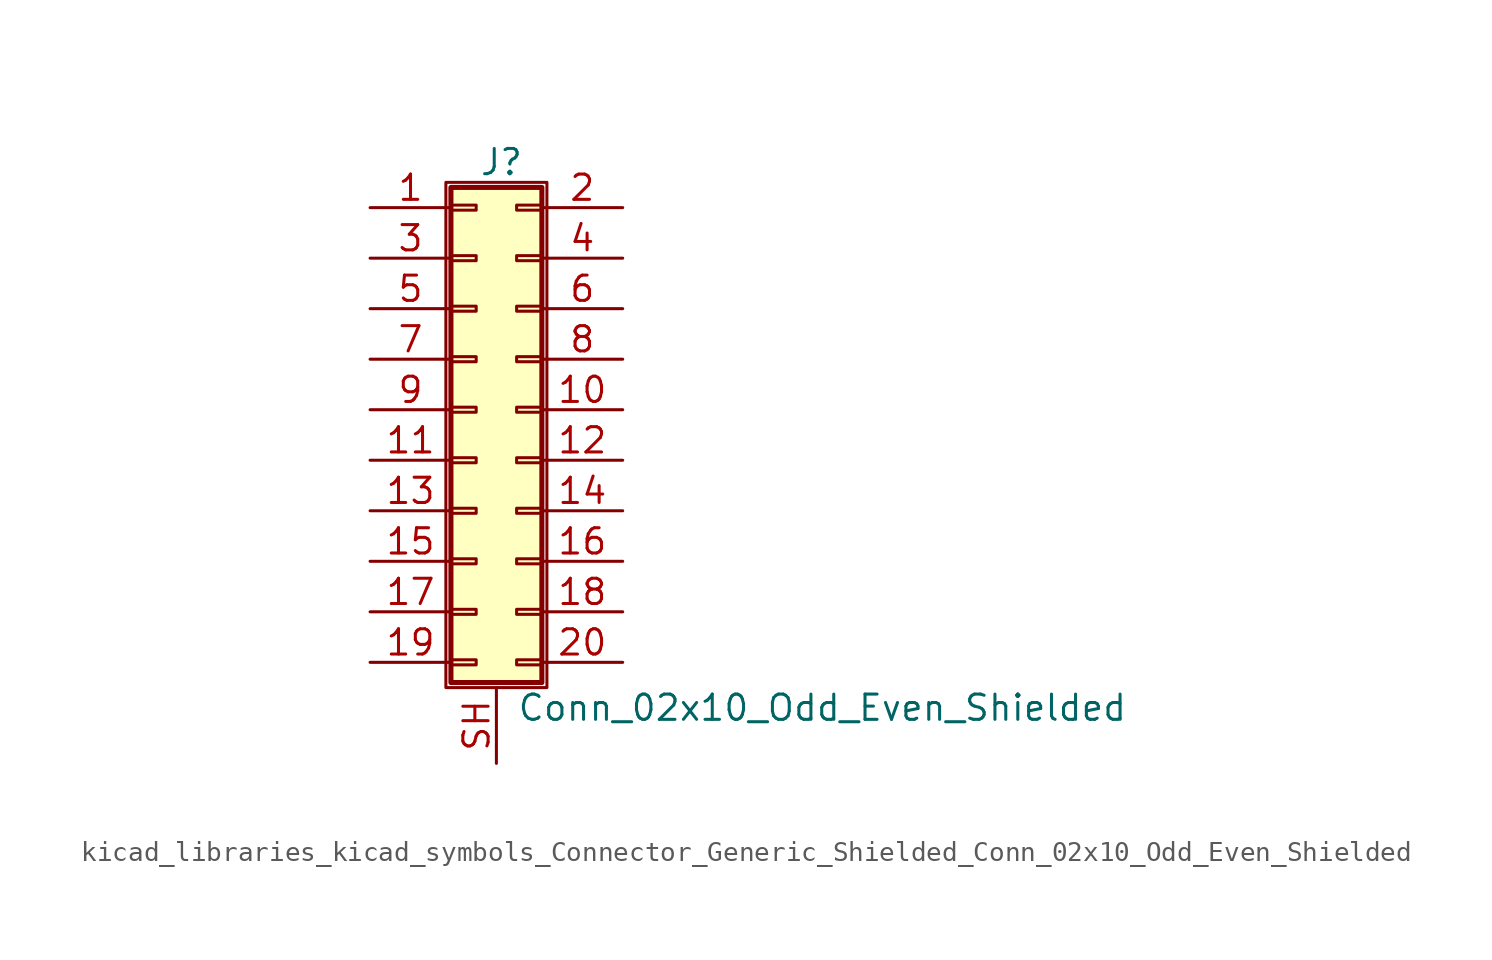
<source format=kicad_sym>
(kicad_symbol_lib
  (version 20220914)
  (generator kicad_symbol_editor)
  (symbol "kicad_libraries_kicad_symbols_Connector_Generic_Shielded_Conn_02x10_Odd_Even_Shielded"
    (pin_names
      (offset 1.016) hide)
    (property "Reference" "J"
      (at 1.524 12.446 0)
      (effects (font (size 1.27 1.27))))
    (property "Value" "Conn_02x10_Odd_Even_Shielded"
      (at 2.286 -14.986 0)
      (effects (font (size 1.27 1.27)) (justify left)))
    (symbol "kicad_libraries_kicad_symbols_Connector_Generic_Shielded_Conn_02x10_Odd_Even_Shielded_1_1"
      (rectangle (start -1.27 11.43) (end 3.81 -13.97) (stroke (width 0.152) (type default)) (fill (type none)))
      (rectangle (start -1.016 -12.573) (end 0.254 -12.827) (stroke (width 0.152) (type default)) (fill (type none)))
      (rectangle (start -1.016 -10.033) (end 0.254 -10.287) (stroke (width 0.152) (type default)) (fill (type none)))
      (rectangle (start -1.016 -7.493) (end 0.254 -7.747) (stroke (width 0.152) (type default)) (fill (type none)))
      (rectangle (start -1.016 -4.953) (end 0.254 -5.207) (stroke (width 0.152) (type default)) (fill (type none)))
      (rectangle (start -1.016 -2.413) (end 0.254 -2.667) (stroke (width 0.152) (type default)) (fill (type none)))
      (rectangle (start -1.016 0.127) (end 0.254 -0.127) (stroke (width 0.152) (type default)) (fill (type none)))
      (rectangle (start -1.016 2.667) (end 0.254 2.413) (stroke (width 0.152) (type default)) (fill (type none)))
      (rectangle (start -1.016 5.207) (end 0.254 4.953) (stroke (width 0.152) (type default)) (fill (type none)))
      (rectangle (start -1.016 7.747) (end 0.254 7.493) (stroke (width 0.152) (type default)) (fill (type none)))
      (rectangle (start -1.016 10.287) (end 0.254 10.033) (stroke (width 0.152) (type default)) (fill (type none)))
      (rectangle (start -1.016 11.176) (end 3.556 -13.716) (stroke (width 0.254) (type default)) (fill (type background)))
      (rectangle (start 3.556 -12.573) (end 2.286 -12.827) (stroke (width 0.152) (type default)) (fill (type none)))
      (rectangle (start 3.556 -10.033) (end 2.286 -10.287) (stroke (width 0.152) (type default)) (fill (type none)))
      (rectangle (start 3.556 -7.493) (end 2.286 -7.747) (stroke (width 0.152) (type default)) (fill (type none)))
      (rectangle (start 3.556 -4.953) (end 2.286 -5.207) (stroke (width 0.152) (type default)) (fill (type none)))
      (rectangle (start 3.556 -2.413) (end 2.286 -2.667) (stroke (width 0.152) (type default)) (fill (type none)))
      (rectangle (start 3.556 0.127) (end 2.286 -0.127) (stroke (width 0.152) (type default)) (fill (type none)))
      (rectangle (start 3.556 2.667) (end 2.286 2.413) (stroke (width 0.152) (type default)) (fill (type none)))
      (rectangle (start 3.556 5.207) (end 2.286 4.953) (stroke (width 0.152) (type default)) (fill (type none)))
      (rectangle (start 3.556 7.747) (end 2.286 7.493) (stroke (width 0.152) (type default)) (fill (type none)))
      (rectangle (start 3.556 10.287) (end 2.286 10.033) (stroke (width 0.152) (type default)) (fill (type none)))
      (pin passive line (at -5.08 10.16 0) (length 4.064) (name "Pin_1" (effects (font (size 1.27 1.27)))) (number "1" (effects (font (size 1.27 1.27)))))
      (pin passive line (at 7.62 0 180) (length 4.064) (name "Pin_10" (effects (font (size 1.27 1.27)))) (number "10" (effects (font (size 1.27 1.27)))))
      (pin passive line (at -5.08 -2.54 0) (length 4.064) (name "Pin_11" (effects (font (size 1.27 1.27)))) (number "11" (effects (font (size 1.27 1.27)))))
      (pin passive line (at 7.62 -2.54 180) (length 4.064) (name "Pin_12" (effects (font (size 1.27 1.27)))) (number "12" (effects (font (size 1.27 1.27)))))
      (pin passive line (at -5.08 -5.08 0) (length 4.064) (name "Pin_13" (effects (font (size 1.27 1.27)))) (number "13" (effects (font (size 1.27 1.27)))))
      (pin passive line (at 7.62 -5.08 180) (length 4.064) (name "Pin_14" (effects (font (size 1.27 1.27)))) (number "14" (effects (font (size 1.27 1.27)))))
      (pin passive line (at -5.08 -7.62 0) (length 4.064) (name "Pin_15" (effects (font (size 1.27 1.27)))) (number "15" (effects (font (size 1.27 1.27)))))
      (pin passive line (at 7.62 -7.62 180) (length 4.064) (name "Pin_16" (effects (font (size 1.27 1.27)))) (number "16" (effects (font (size 1.27 1.27)))))
      (pin passive line (at -5.08 -10.16 0) (length 4.064) (name "Pin_17" (effects (font (size 1.27 1.27)))) (number "17" (effects (font (size 1.27 1.27)))))
      (pin passive line (at 7.62 -10.16 180) (length 4.064) (name "Pin_18" (effects (font (size 1.27 1.27)))) (number "18" (effects (font (size 1.27 1.27)))))
      (pin passive line (at -5.08 -12.7 0) (length 4.064) (name "Pin_19" (effects (font (size 1.27 1.27)))) (number "19" (effects (font (size 1.27 1.27)))))
      (pin passive line (at 7.62 10.16 180) (length 4.064) (name "Pin_2" (effects (font (size 1.27 1.27)))) (number "2" (effects (font (size 1.27 1.27)))))
      (pin passive line (at 7.62 -12.7 180) (length 4.064) (name "Pin_20" (effects (font (size 1.27 1.27)))) (number "20" (effects (font (size 1.27 1.27)))))
      (pin passive line (at -5.08 7.62 0) (length 4.064) (name "Pin_3" (effects (font (size 1.27 1.27)))) (number "3" (effects (font (size 1.27 1.27)))))
      (pin passive line (at 7.62 7.62 180) (length 4.064) (name "Pin_4" (effects (font (size 1.27 1.27)))) (number "4" (effects (font (size 1.27 1.27)))))
      (pin passive line (at -5.08 5.08 0) (length 4.064) (name "Pin_5" (effects (font (size 1.27 1.27)))) (number "5" (effects (font (size 1.27 1.27)))))
      (pin passive line (at 7.62 5.08 180) (length 4.064) (name "Pin_6" (effects (font (size 1.27 1.27)))) (number "6" (effects (font (size 1.27 1.27)))))
      (pin passive line (at -5.08 2.54 0) (length 4.064) (name "Pin_7" (effects (font (size 1.27 1.27)))) (number "7" (effects (font (size 1.27 1.27)))))
      (pin passive line (at 7.62 2.54 180) (length 4.064) (name "Pin_8" (effects (font (size 1.27 1.27)))) (number "8" (effects (font (size 1.27 1.27)))))
      (pin passive line (at -5.08 0 0) (length 4.064) (name "Pin_9" (effects (font (size 1.27 1.27)))) (number "9" (effects (font (size 1.27 1.27)))))
      (pin passive line (at 1.27 -17.78 90) (length 3.81) (name "Shield" (effects (font (size 1.27 1.27)))) (number "SH" (effects (font (size 1.27 1.27))))))))
</source>
